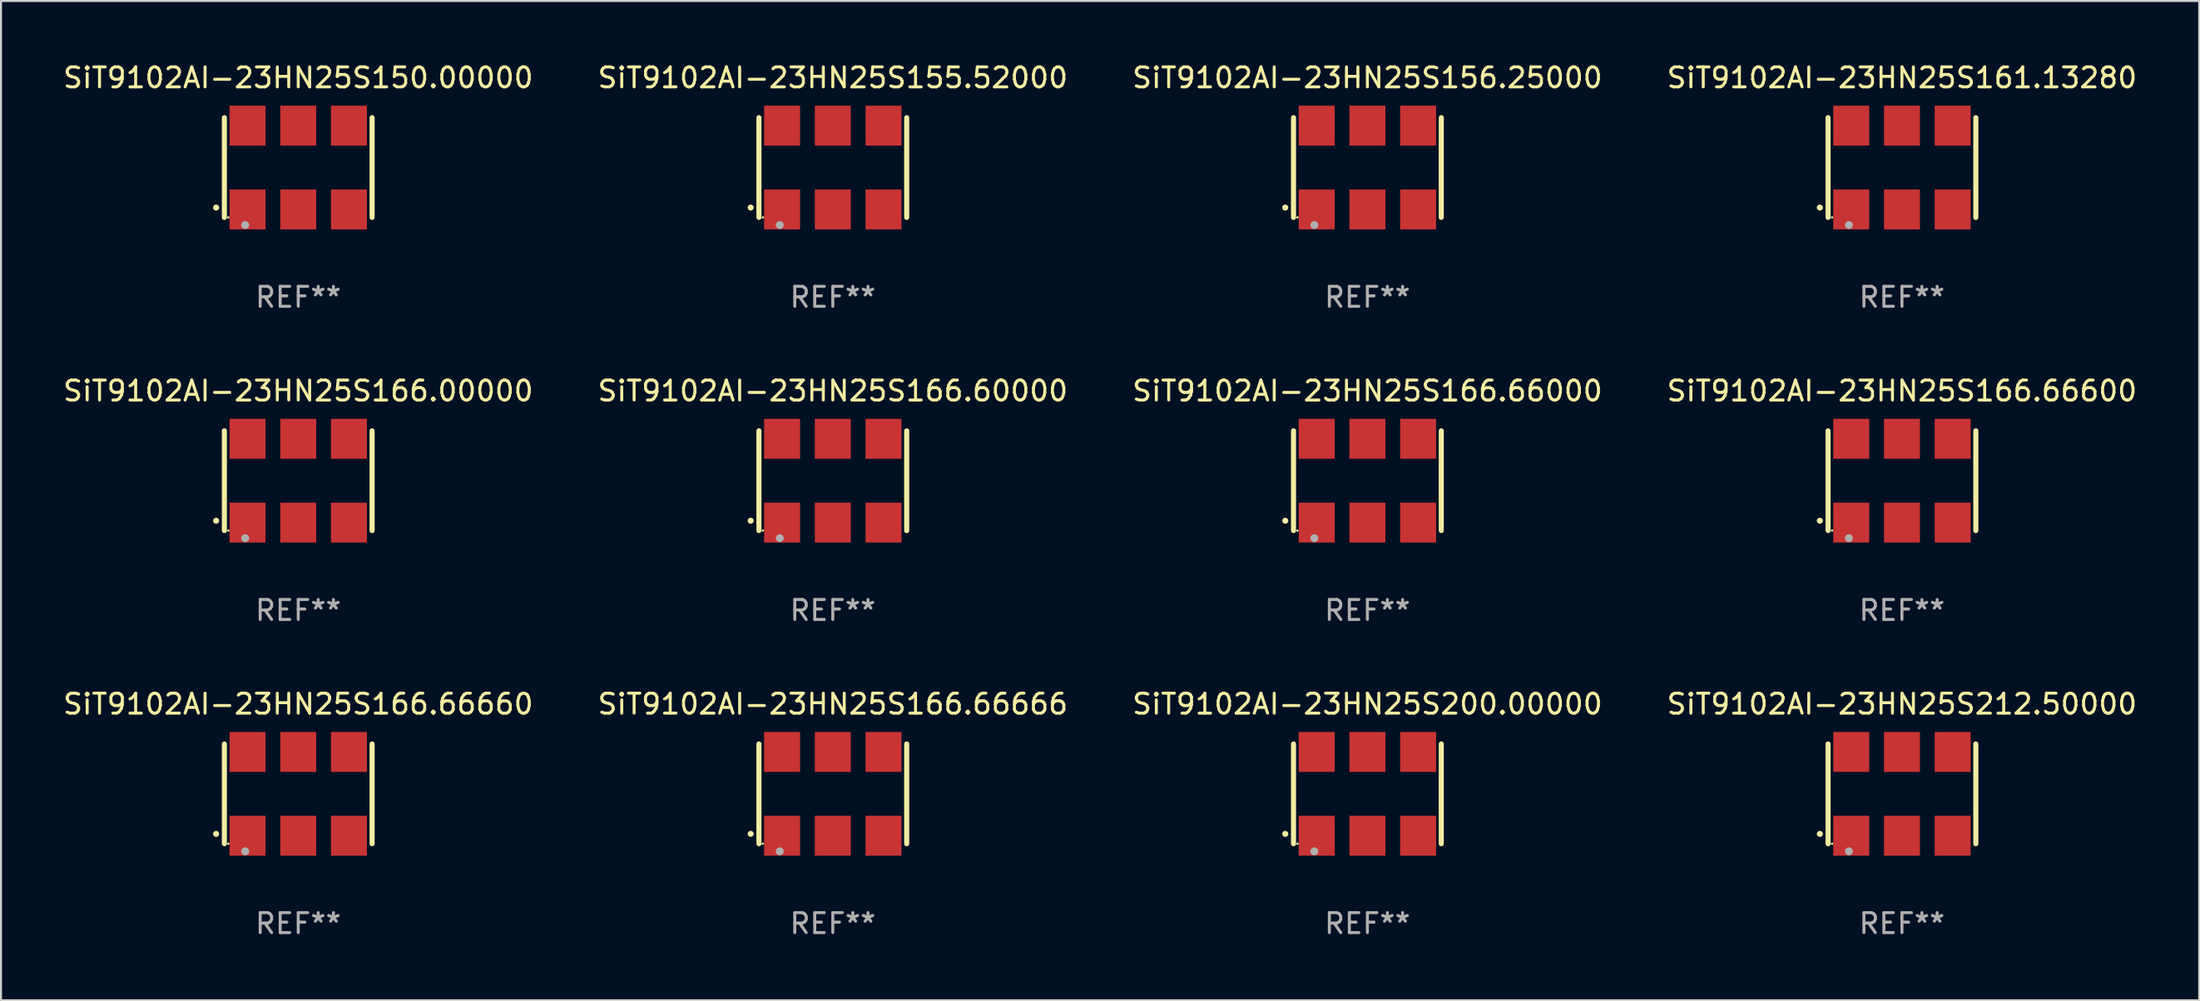
<source format=kicad_pcb>
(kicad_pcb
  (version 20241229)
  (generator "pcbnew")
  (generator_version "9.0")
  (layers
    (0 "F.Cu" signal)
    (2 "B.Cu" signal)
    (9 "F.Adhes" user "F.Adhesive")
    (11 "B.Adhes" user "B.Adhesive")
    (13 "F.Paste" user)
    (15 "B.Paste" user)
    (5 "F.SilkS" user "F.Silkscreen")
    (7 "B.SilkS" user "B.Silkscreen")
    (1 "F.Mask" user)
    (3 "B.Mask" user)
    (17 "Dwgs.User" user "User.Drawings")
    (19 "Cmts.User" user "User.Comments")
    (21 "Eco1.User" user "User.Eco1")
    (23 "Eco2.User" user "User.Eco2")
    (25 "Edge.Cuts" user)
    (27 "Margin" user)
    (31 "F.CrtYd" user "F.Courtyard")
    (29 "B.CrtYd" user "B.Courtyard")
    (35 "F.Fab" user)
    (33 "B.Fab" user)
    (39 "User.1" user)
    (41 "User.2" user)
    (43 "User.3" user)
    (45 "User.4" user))
  (footprint "SiT9102AI-23HN25S156.25000"
    (layer "F.Cu")
    (at 65.435 5.348)
    (property "Reference" "SiT9102AI-23HN25S156.25000" (at 0 -4.5 0) (layer "F.SilkS") (effects (font (size 1 1) (thickness 0.15))))
    (attr through_hole)
    (fp_line (start -3.7 -2.5) (end -3.7 2.5) (stroke (width 0.254) (type solid)) (layer "F.SilkS"))
    (fp_line (start 3.7 -2.5) (end 3.7 2.5) (stroke (width 0.254) (type solid)) (layer "F.SilkS"))
    (fp_arc (start -4.114415 2.006604) (mid -4.113145 2.006599) (end -4.111875 2.006604) (stroke (width 0.3) (type solid)) (layer "F.SilkS"))
    (fp_circle (center -3.502 2.5) (end -3.472 2.5) (stroke (width 0.06) (type solid)) (fill no) (layer "F.SilkS"))
    (fp_circle (center -2.657 2.882) (end -2.557 2.882) (stroke (width 0.2) (type solid)) (fill no) (layer "F.Fab"))
    (fp_text user "REF**" (at 0 6.5 0) (layer "F.Fab") (effects (font (size 1 1) (thickness 0.15))))
    (pad "1" smd rect (at -2.54 2.1) (size 1.8 2) (layers "F.Cu" "F.Mask" "F.Paste"))
    (pad "2" smd rect (at 0.000394 2.1) (size 1.8 2) (layers "F.Cu" "F.Mask" "F.Paste"))
    (pad "3" smd rect (at 2.54 2.1) (size 1.8 2) (layers "F.Cu" "F.Mask" "F.Paste"))
    (pad "4" smd rect (at 2.54 -2.1) (size 1.8 2) (layers "F.Cu" "F.Mask" "F.Paste"))
    (pad "5" smd rect (at 0.000394 -2.1) (size 1.8 2) (layers "F.Cu" "F.Mask" "F.Paste"))
    (pad "6" smd rect (at -2.54 -2.1) (size 1.8 2) (layers "F.Cu" "F.Mask" "F.Paste")))
  (footprint "SiT9102AI-23HN25S200.00000"
    (layer "F.Cu")
    (at 65.435 36.741)
    (property "Reference" "SiT9102AI-23HN25S200.00000" (at 0 -4.5 0) (layer "F.SilkS") (effects (font (size 1 1) (thickness 0.15))))
    (attr through_hole)
    (fp_line (start -3.7 -2.5) (end -3.7 2.5) (stroke (width 0.254) (type solid)) (layer "F.SilkS"))
    (fp_line (start 3.7 -2.5) (end 3.7 2.5) (stroke (width 0.254) (type solid)) (layer "F.SilkS"))
    (fp_arc (start -4.114415 2.006604) (mid -4.113145 2.006599) (end -4.111875 2.006604) (stroke (width 0.3) (type solid)) (layer "F.SilkS"))
    (fp_circle (center -3.502 2.5) (end -3.472 2.5) (stroke (width 0.06) (type solid)) (fill no) (layer "F.SilkS"))
    (fp_circle (center -2.657 2.882) (end -2.557 2.882) (stroke (width 0.2) (type solid)) (fill no) (layer "F.Fab"))
    (fp_text user "REF**" (at 0 6.5 0) (layer "F.Fab") (effects (font (size 1 1) (thickness 0.15))))
    (pad "1" smd rect (at -2.54 2.1) (size 1.8 2) (layers "F.Cu" "F.Mask" "F.Paste"))
    (pad "2" smd rect (at 0.000394 2.1) (size 1.8 2) (layers "F.Cu" "F.Mask" "F.Paste"))
    (pad "3" smd rect (at 2.54 2.1) (size 1.8 2) (layers "F.Cu" "F.Mask" "F.Paste"))
    (pad "4" smd rect (at 2.54 -2.1) (size 1.8 2) (layers "F.Cu" "F.Mask" "F.Paste"))
    (pad "5" smd rect (at 0.000394 -2.1) (size 1.8 2) (layers "F.Cu" "F.Mask" "F.Paste"))
    (pad "6" smd rect (at -2.54 -2.1) (size 1.8 2) (layers "F.Cu" "F.Mask" "F.Paste")))
  (footprint "SiT9102AI-23HN25S166.60000"
    (layer "F.Cu")
    (at 38.661 21.045)
    (property "Reference" "SiT9102AI-23HN25S166.60000" (at 0 -4.5 0) (layer "F.SilkS") (effects (font (size 1 1) (thickness 0.15))))
    (attr through_hole)
    (fp_line (start -3.7 -2.5) (end -3.7 2.5) (stroke (width 0.254) (type solid)) (layer "F.SilkS"))
    (fp_line (start 3.7 -2.5) (end 3.7 2.5) (stroke (width 0.254) (type solid)) (layer "F.SilkS"))
    (fp_arc (start -4.114415 2.006604) (mid -4.113145 2.006599) (end -4.111875 2.006604) (stroke (width 0.3) (type solid)) (layer "F.SilkS"))
    (fp_circle (center -3.502 2.5) (end -3.472 2.5) (stroke (width 0.06) (type solid)) (fill no) (layer "F.SilkS"))
    (fp_circle (center -2.657 2.882) (end -2.557 2.882) (stroke (width 0.2) (type solid)) (fill no) (layer "F.Fab"))
    (fp_text user "REF**" (at 0 6.5 0) (layer "F.Fab") (effects (font (size 1 1) (thickness 0.15))))
    (pad "1" smd rect (at -2.54 2.1) (size 1.8 2) (layers "F.Cu" "F.Mask" "F.Paste"))
    (pad "2" smd rect (at 0.000394 2.1) (size 1.8 2) (layers "F.Cu" "F.Mask" "F.Paste"))
    (pad "3" smd rect (at 2.54 2.1) (size 1.8 2) (layers "F.Cu" "F.Mask" "F.Paste"))
    (pad "4" smd rect (at 2.54 -2.1) (size 1.8 2) (layers "F.Cu" "F.Mask" "F.Paste"))
    (pad "5" smd rect (at 0.000394 -2.1) (size 1.8 2) (layers "F.Cu" "F.Mask" "F.Paste"))
    (pad "6" smd rect (at -2.54 -2.1) (size 1.8 2) (layers "F.Cu" "F.Mask" "F.Paste")))
  (footprint "SiT9102AI-23HN25S155.52000"
    (layer "F.Cu")
    (at 38.661 5.348)
    (property "Reference" "SiT9102AI-23HN25S155.52000" (at 0 -4.5 0) (layer "F.SilkS") (effects (font (size 1 1) (thickness 0.15))))
    (attr through_hole)
    (fp_line (start -3.7 -2.5) (end -3.7 2.5) (stroke (width 0.254) (type solid)) (layer "F.SilkS"))
    (fp_line (start 3.7 -2.5) (end 3.7 2.5) (stroke (width 0.254) (type solid)) (layer "F.SilkS"))
    (fp_arc (start -4.114415 2.006604) (mid -4.113145 2.006599) (end -4.111875 2.006604) (stroke (width 0.3) (type solid)) (layer "F.SilkS"))
    (fp_circle (center -3.502 2.5) (end -3.472 2.5) (stroke (width 0.06) (type solid)) (fill no) (layer "F.SilkS"))
    (fp_circle (center -2.657 2.882) (end -2.557 2.882) (stroke (width 0.2) (type solid)) (fill no) (layer "F.Fab"))
    (fp_text user "REF**" (at 0 6.5 0) (layer "F.Fab") (effects (font (size 1 1) (thickness 0.15))))
    (pad "1" smd rect (at -2.54 2.1) (size 1.8 2) (layers "F.Cu" "F.Mask" "F.Paste"))
    (pad "2" smd rect (at 0.000394 2.1) (size 1.8 2) (layers "F.Cu" "F.Mask" "F.Paste"))
    (pad "3" smd rect (at 2.54 2.1) (size 1.8 2) (layers "F.Cu" "F.Mask" "F.Paste"))
    (pad "4" smd rect (at 2.54 -2.1) (size 1.8 2) (layers "F.Cu" "F.Mask" "F.Paste"))
    (pad "5" smd rect (at 0.000394 -2.1) (size 1.8 2) (layers "F.Cu" "F.Mask" "F.Paste"))
    (pad "6" smd rect (at -2.54 -2.1) (size 1.8 2) (layers "F.Cu" "F.Mask" "F.Paste")))
  (footprint "SiT9102AI-23HN25S166.66000"
    (layer "F.Cu")
    (at 65.435 21.045)
    (property "Reference" "SiT9102AI-23HN25S166.66000" (at 0 -4.5 0) (layer "F.SilkS") (effects (font (size 1 1) (thickness 0.15))))
    (attr through_hole)
    (fp_line (start -3.7 -2.5) (end -3.7 2.5) (stroke (width 0.254) (type solid)) (layer "F.SilkS"))
    (fp_line (start 3.7 -2.5) (end 3.7 2.5) (stroke (width 0.254) (type solid)) (layer "F.SilkS"))
    (fp_arc (start -4.114415 2.006604) (mid -4.113145 2.006599) (end -4.111875 2.006604) (stroke (width 0.3) (type solid)) (layer "F.SilkS"))
    (fp_circle (center -3.502 2.5) (end -3.472 2.5) (stroke (width 0.06) (type solid)) (fill no) (layer "F.SilkS"))
    (fp_circle (center -2.657 2.882) (end -2.557 2.882) (stroke (width 0.2) (type solid)) (fill no) (layer "F.Fab"))
    (fp_text user "REF**" (at 0 6.5 0) (layer "F.Fab") (effects (font (size 1 1) (thickness 0.15))))
    (pad "1" smd rect (at -2.54 2.1) (size 1.8 2) (layers "F.Cu" "F.Mask" "F.Paste"))
    (pad "2" smd rect (at 0.000394 2.1) (size 1.8 2) (layers "F.Cu" "F.Mask" "F.Paste"))
    (pad "3" smd rect (at 2.54 2.1) (size 1.8 2) (layers "F.Cu" "F.Mask" "F.Paste"))
    (pad "4" smd rect (at 2.54 -2.1) (size 1.8 2) (layers "F.Cu" "F.Mask" "F.Paste"))
    (pad "5" smd rect (at 0.000394 -2.1) (size 1.8 2) (layers "F.Cu" "F.Mask" "F.Paste"))
    (pad "6" smd rect (at -2.54 -2.1) (size 1.8 2) (layers "F.Cu" "F.Mask" "F.Paste")))
  (footprint "SiT9102AI-23HN25S166.00000"
    (layer "F.Cu")
    (at 11.887 21.045)
    (property "Reference" "SiT9102AI-23HN25S166.00000" (at 0 -4.5 0) (layer "F.SilkS") (effects (font (size 1 1) (thickness 0.15))))
    (attr through_hole)
    (fp_line (start -3.7 -2.5) (end -3.7 2.5) (stroke (width 0.254) (type solid)) (layer "F.SilkS"))
    (fp_line (start 3.7 -2.5) (end 3.7 2.5) (stroke (width 0.254) (type solid)) (layer "F.SilkS"))
    (fp_arc (start -4.114415 2.006604) (mid -4.113145 2.006599) (end -4.111875 2.006604) (stroke (width 0.3) (type solid)) (layer "F.SilkS"))
    (fp_circle (center -3.502 2.5) (end -3.472 2.5) (stroke (width 0.06) (type solid)) (fill no) (layer "F.SilkS"))
    (fp_circle (center -2.657 2.882) (end -2.557 2.882) (stroke (width 0.2) (type solid)) (fill no) (layer "F.Fab"))
    (fp_text user "REF**" (at 0 6.5 0) (layer "F.Fab") (effects (font (size 1 1) (thickness 0.15))))
    (pad "1" smd rect (at -2.54 2.1) (size 1.8 2) (layers "F.Cu" "F.Mask" "F.Paste"))
    (pad "2" smd rect (at 0.000394 2.1) (size 1.8 2) (layers "F.Cu" "F.Mask" "F.Paste"))
    (pad "3" smd rect (at 2.54 2.1) (size 1.8 2) (layers "F.Cu" "F.Mask" "F.Paste"))
    (pad "4" smd rect (at 2.54 -2.1) (size 1.8 2) (layers "F.Cu" "F.Mask" "F.Paste"))
    (pad "5" smd rect (at 0.000394 -2.1) (size 1.8 2) (layers "F.Cu" "F.Mask" "F.Paste"))
    (pad "6" smd rect (at -2.54 -2.1) (size 1.8 2) (layers "F.Cu" "F.Mask" "F.Paste")))
  (footprint "SiT9102AI-23HN25S161.13280"
    (layer "F.Cu")
    (at 92.208 5.348)
    (property "Reference" "SiT9102AI-23HN25S161.13280" (at 0 -4.5 0) (layer "F.SilkS") (effects (font (size 1 1) (thickness 0.15))))
    (attr through_hole)
    (fp_line (start -3.7 -2.5) (end -3.7 2.5) (stroke (width 0.254) (type solid)) (layer "F.SilkS"))
    (fp_line (start 3.7 -2.5) (end 3.7 2.5) (stroke (width 0.254) (type solid)) (layer "F.SilkS"))
    (fp_arc (start -4.114415 2.006604) (mid -4.113145 2.006599) (end -4.111875 2.006604) (stroke (width 0.3) (type solid)) (layer "F.SilkS"))
    (fp_circle (center -3.502 2.5) (end -3.472 2.5) (stroke (width 0.06) (type solid)) (fill no) (layer "F.SilkS"))
    (fp_circle (center -2.657 2.882) (end -2.557 2.882) (stroke (width 0.2) (type solid)) (fill no) (layer "F.Fab"))
    (fp_text user "REF**" (at 0 6.5 0) (layer "F.Fab") (effects (font (size 1 1) (thickness 0.15))))
    (pad "1" smd rect (at -2.54 2.1) (size 1.8 2) (layers "F.Cu" "F.Mask" "F.Paste"))
    (pad "2" smd rect (at 0.000394 2.1) (size 1.8 2) (layers "F.Cu" "F.Mask" "F.Paste"))
    (pad "3" smd rect (at 2.54 2.1) (size 1.8 2) (layers "F.Cu" "F.Mask" "F.Paste"))
    (pad "4" smd rect (at 2.54 -2.1) (size 1.8 2) (layers "F.Cu" "F.Mask" "F.Paste"))
    (pad "5" smd rect (at 0.000394 -2.1) (size 1.8 2) (layers "F.Cu" "F.Mask" "F.Paste"))
    (pad "6" smd rect (at -2.54 -2.1) (size 1.8 2) (layers "F.Cu" "F.Mask" "F.Paste")))
  (footprint "SiT9102AI-23HN25S166.66666"
    (layer "F.Cu")
    (at 38.661 36.741)
    (property "Reference" "SiT9102AI-23HN25S166.66666" (at 0 -4.5 0) (layer "F.SilkS") (effects (font (size 1 1) (thickness 0.15))))
    (attr through_hole)
    (fp_line (start -3.7 -2.5) (end -3.7 2.5) (stroke (width 0.254) (type solid)) (layer "F.SilkS"))
    (fp_line (start 3.7 -2.5) (end 3.7 2.5) (stroke (width 0.254) (type solid)) (layer "F.SilkS"))
    (fp_arc (start -4.114415 2.006604) (mid -4.113145 2.006599) (end -4.111875 2.006604) (stroke (width 0.3) (type solid)) (layer "F.SilkS"))
    (fp_circle (center -3.502 2.5) (end -3.472 2.5) (stroke (width 0.06) (type solid)) (fill no) (layer "F.SilkS"))
    (fp_circle (center -2.657 2.882) (end -2.557 2.882) (stroke (width 0.2) (type solid)) (fill no) (layer "F.Fab"))
    (fp_text user "REF**" (at 0 6.5 0) (layer "F.Fab") (effects (font (size 1 1) (thickness 0.15))))
    (pad "1" smd rect (at -2.54 2.1) (size 1.8 2) (layers "F.Cu" "F.Mask" "F.Paste"))
    (pad "2" smd rect (at 0.000394 2.1) (size 1.8 2) (layers "F.Cu" "F.Mask" "F.Paste"))
    (pad "3" smd rect (at 2.54 2.1) (size 1.8 2) (layers "F.Cu" "F.Mask" "F.Paste"))
    (pad "4" smd rect (at 2.54 -2.1) (size 1.8 2) (layers "F.Cu" "F.Mask" "F.Paste"))
    (pad "5" smd rect (at 0.000394 -2.1) (size 1.8 2) (layers "F.Cu" "F.Mask" "F.Paste"))
    (pad "6" smd rect (at -2.54 -2.1) (size 1.8 2) (layers "F.Cu" "F.Mask" "F.Paste")))
  (footprint "SiT9102AI-23HN25S150.00000"
    (layer "F.Cu")
    (at 11.887 5.348)
    (property "Reference" "SiT9102AI-23HN25S150.00000" (at 0 -4.5 0) (layer "F.SilkS") (effects (font (size 1 1) (thickness 0.15))))
    (attr through_hole)
    (fp_line (start -3.7 -2.5) (end -3.7 2.5) (stroke (width 0.254) (type solid)) (layer "F.SilkS"))
    (fp_line (start 3.7 -2.5) (end 3.7 2.5) (stroke (width 0.254) (type solid)) (layer "F.SilkS"))
    (fp_arc (start -4.114415 2.006604) (mid -4.113145 2.006599) (end -4.111875 2.006604) (stroke (width 0.3) (type solid)) (layer "F.SilkS"))
    (fp_circle (center -3.502 2.5) (end -3.472 2.5) (stroke (width 0.06) (type solid)) (fill no) (layer "F.SilkS"))
    (fp_circle (center -2.657 2.882) (end -2.557 2.882) (stroke (width 0.2) (type solid)) (fill no) (layer "F.Fab"))
    (fp_text user "REF**" (at 0 6.5 0) (layer "F.Fab") (effects (font (size 1 1) (thickness 0.15))))
    (pad "1" smd rect (at -2.54 2.1) (size 1.8 2) (layers "F.Cu" "F.Mask" "F.Paste"))
    (pad "2" smd rect (at 0.000394 2.1) (size 1.8 2) (layers "F.Cu" "F.Mask" "F.Paste"))
    (pad "3" smd rect (at 2.54 2.1) (size 1.8 2) (layers "F.Cu" "F.Mask" "F.Paste"))
    (pad "4" smd rect (at 2.54 -2.1) (size 1.8 2) (layers "F.Cu" "F.Mask" "F.Paste"))
    (pad "5" smd rect (at 0.000394 -2.1) (size 1.8 2) (layers "F.Cu" "F.Mask" "F.Paste"))
    (pad "6" smd rect (at -2.54 -2.1) (size 1.8 2) (layers "F.Cu" "F.Mask" "F.Paste")))
  (footprint "SiT9102AI-23HN25S166.66660"
    (layer "F.Cu")
    (at 11.887 36.741)
    (property "Reference" "SiT9102AI-23HN25S166.66660" (at 0 -4.5 0) (layer "F.SilkS") (effects (font (size 1 1) (thickness 0.15))))
    (attr through_hole)
    (fp_line (start -3.7 -2.5) (end -3.7 2.5) (stroke (width 0.254) (type solid)) (layer "F.SilkS"))
    (fp_line (start 3.7 -2.5) (end 3.7 2.5) (stroke (width 0.254) (type solid)) (layer "F.SilkS"))
    (fp_arc (start -4.114415 2.006604) (mid -4.113145 2.006599) (end -4.111875 2.006604) (stroke (width 0.3) (type solid)) (layer "F.SilkS"))
    (fp_circle (center -3.502 2.5) (end -3.472 2.5) (stroke (width 0.06) (type solid)) (fill no) (layer "F.SilkS"))
    (fp_circle (center -2.657 2.882) (end -2.557 2.882) (stroke (width 0.2) (type solid)) (fill no) (layer "F.Fab"))
    (fp_text user "REF**" (at 0 6.5 0) (layer "F.Fab") (effects (font (size 1 1) (thickness 0.15))))
    (pad "1" smd rect (at -2.54 2.1) (size 1.8 2) (layers "F.Cu" "F.Mask" "F.Paste"))
    (pad "2" smd rect (at 0.000394 2.1) (size 1.8 2) (layers "F.Cu" "F.Mask" "F.Paste"))
    (pad "3" smd rect (at 2.54 2.1) (size 1.8 2) (layers "F.Cu" "F.Mask" "F.Paste"))
    (pad "4" smd rect (at 2.54 -2.1) (size 1.8 2) (layers "F.Cu" "F.Mask" "F.Paste"))
    (pad "5" smd rect (at 0.000394 -2.1) (size 1.8 2) (layers "F.Cu" "F.Mask" "F.Paste"))
    (pad "6" smd rect (at -2.54 -2.1) (size 1.8 2) (layers "F.Cu" "F.Mask" "F.Paste")))
  (footprint "SiT9102AI-23HN25S166.66600"
    (layer "F.Cu")
    (at 92.208 21.045)
    (property "Reference" "SiT9102AI-23HN25S166.66600" (at 0 -4.5 0) (layer "F.SilkS") (effects (font (size 1 1) (thickness 0.15))))
    (attr through_hole)
    (fp_line (start -3.7 -2.5) (end -3.7 2.5) (stroke (width 0.254) (type solid)) (layer "F.SilkS"))
    (fp_line (start 3.7 -2.5) (end 3.7 2.5) (stroke (width 0.254) (type solid)) (layer "F.SilkS"))
    (fp_arc (start -4.114415 2.006604) (mid -4.113145 2.006599) (end -4.111875 2.006604) (stroke (width 0.3) (type solid)) (layer "F.SilkS"))
    (fp_circle (center -3.502 2.5) (end -3.472 2.5) (stroke (width 0.06) (type solid)) (fill no) (layer "F.SilkS"))
    (fp_circle (center -2.657 2.882) (end -2.557 2.882) (stroke (width 0.2) (type solid)) (fill no) (layer "F.Fab"))
    (fp_text user "REF**" (at 0 6.5 0) (layer "F.Fab") (effects (font (size 1 1) (thickness 0.15))))
    (pad "1" smd rect (at -2.54 2.1) (size 1.8 2) (layers "F.Cu" "F.Mask" "F.Paste"))
    (pad "2" smd rect (at 0.000394 2.1) (size 1.8 2) (layers "F.Cu" "F.Mask" "F.Paste"))
    (pad "3" smd rect (at 2.54 2.1) (size 1.8 2) (layers "F.Cu" "F.Mask" "F.Paste"))
    (pad "4" smd rect (at 2.54 -2.1) (size 1.8 2) (layers "F.Cu" "F.Mask" "F.Paste"))
    (pad "5" smd rect (at 0.000394 -2.1) (size 1.8 2) (layers "F.Cu" "F.Mask" "F.Paste"))
    (pad "6" smd rect (at -2.54 -2.1) (size 1.8 2) (layers "F.Cu" "F.Mask" "F.Paste")))
  (footprint "SiT9102AI-23HN25S212.50000"
    (layer "F.Cu")
    (at 92.208 36.741)
    (property "Reference" "SiT9102AI-23HN25S212.50000" (at 0 -4.5 0) (layer "F.SilkS") (effects (font (size 1 1) (thickness 0.15))))
    (attr through_hole)
    (fp_line (start -3.7 -2.5) (end -3.7 2.5) (stroke (width 0.254) (type solid)) (layer "F.SilkS"))
    (fp_line (start 3.7 -2.5) (end 3.7 2.5) (stroke (width 0.254) (type solid)) (layer "F.SilkS"))
    (fp_arc (start -4.114415 2.006604) (mid -4.113145 2.006599) (end -4.111875 2.006604) (stroke (width 0.3) (type solid)) (layer "F.SilkS"))
    (fp_circle (center -3.502 2.5) (end -3.472 2.5) (stroke (width 0.06) (type solid)) (fill no) (layer "F.SilkS"))
    (fp_circle (center -2.657 2.882) (end -2.557 2.882) (stroke (width 0.2) (type solid)) (fill no) (layer "F.Fab"))
    (fp_text user "REF**" (at 0 6.5 0) (layer "F.Fab") (effects (font (size 1 1) (thickness 0.15))))
    (pad "1" smd rect (at -2.54 2.1) (size 1.8 2) (layers "F.Cu" "F.Mask" "F.Paste"))
    (pad "2" smd rect (at 0.000394 2.1) (size 1.8 2) (layers "F.Cu" "F.Mask" "F.Paste"))
    (pad "3" smd rect (at 2.54 2.1) (size 1.8 2) (layers "F.Cu" "F.Mask" "F.Paste"))
    (pad "4" smd rect (at 2.54 -2.1) (size 1.8 2) (layers "F.Cu" "F.Mask" "F.Paste"))
    (pad "5" smd rect (at 0.000394 -2.1) (size 1.8 2) (layers "F.Cu" "F.Mask" "F.Paste"))
    (pad "6" smd rect (at -2.54 -2.1) (size 1.8 2) (layers "F.Cu" "F.Mask" "F.Paste")))
  (gr_rect
    (start -3 -3)
    (end 107.095 47.09)
    (stroke (width 0.1) (type default))
    (fill no)
    (layer "Edge.Cuts")))
</source>
